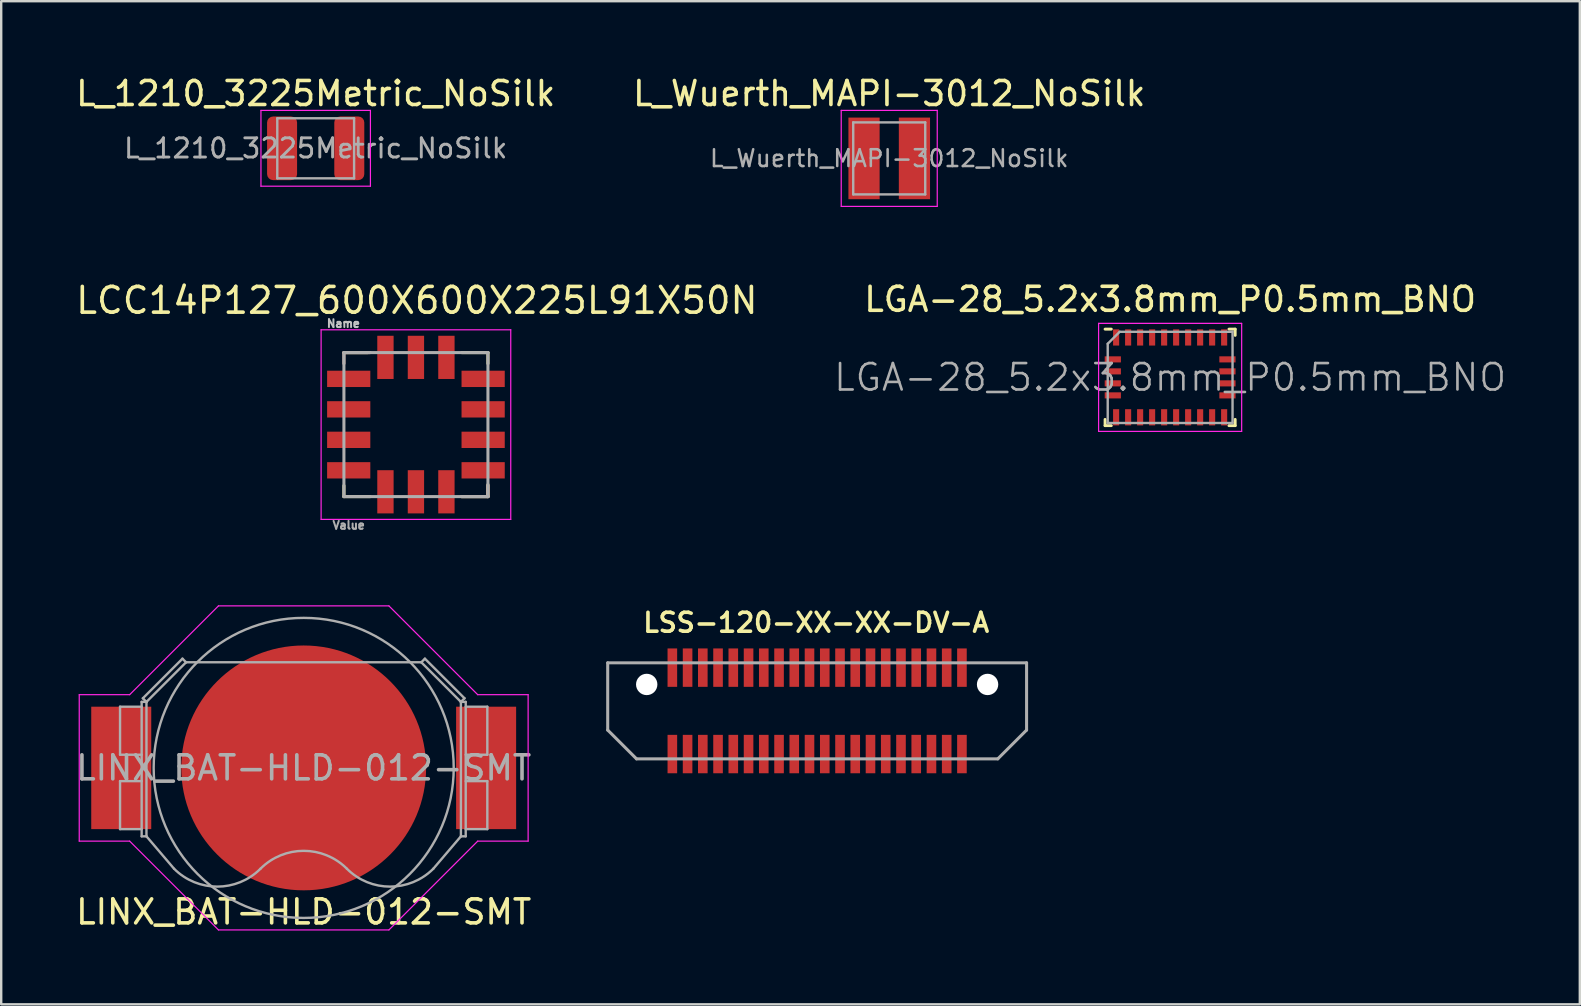
<source format=kicad_pcb>
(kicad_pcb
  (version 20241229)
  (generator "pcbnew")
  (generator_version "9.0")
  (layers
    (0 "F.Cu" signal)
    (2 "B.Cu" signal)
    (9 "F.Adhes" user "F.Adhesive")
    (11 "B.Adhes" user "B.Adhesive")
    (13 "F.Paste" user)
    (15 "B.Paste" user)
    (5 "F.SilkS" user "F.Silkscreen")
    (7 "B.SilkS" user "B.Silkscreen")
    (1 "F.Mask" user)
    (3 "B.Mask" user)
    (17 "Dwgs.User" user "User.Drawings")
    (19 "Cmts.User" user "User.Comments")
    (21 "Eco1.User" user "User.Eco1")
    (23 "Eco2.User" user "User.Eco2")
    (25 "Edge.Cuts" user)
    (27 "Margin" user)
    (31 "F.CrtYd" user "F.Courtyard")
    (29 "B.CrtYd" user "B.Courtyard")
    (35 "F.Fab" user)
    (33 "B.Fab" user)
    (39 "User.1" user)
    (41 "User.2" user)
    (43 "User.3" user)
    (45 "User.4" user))
  (footprint "LGA-28_5.2x3.8mm_P0.5mm_BNO"
    (layer "F.Cu")
    (at 45.696 12.671)
    (property "Reference" "LGA-28_5.2x3.8mm_P0.5mm_BNO" (at 0 -3.25 0) (layer "F.SilkS") (effects (font (size 1 1) (thickness 0.15))))
    (attr smd)
    (fp_line (start -2.71 -2.01) (end -2.45 -2.01) (stroke (width 0.12) (type solid)) (layer "F.SilkS"))
    (fp_line (start -2.71 2.01) (end -2.71 1.75) (stroke (width 0.12) (type solid)) (layer "F.SilkS"))
    (fp_line (start -2.71 2.01) (end -2.45 2.01) (stroke (width 0.12) (type solid)) (layer "F.SilkS"))
    (fp_line (start 2.71 -2.01) (end 2.45 -2.01) (stroke (width 0.12) (type solid)) (layer "F.SilkS"))
    (fp_line (start 2.71 -2.01) (end 2.71 -1.75) (stroke (width 0.12) (type solid)) (layer "F.SilkS"))
    (fp_line (start 2.71 2.01) (end 2.45 2.01) (stroke (width 0.12) (type solid)) (layer "F.SilkS"))
    (fp_line (start 2.71 2.01) (end 2.71 1.75) (stroke (width 0.12) (type solid)) (layer "F.SilkS"))
    (fp_line (start -2.98 -2.25) (end -2.98 2.25) (stroke (width 0.05) (type solid)) (layer "F.CrtYd"))
    (fp_line (start -2.98 2.25) (end 2.98 2.25) (stroke (width 0.05) (type solid)) (layer "F.CrtYd"))
    (fp_line (start 2.98 -2.25) (end -2.98 -2.25) (stroke (width 0.05) (type solid)) (layer "F.CrtYd"))
    (fp_line (start 2.98 2.25) (end 2.98 -2.25) (stroke (width 0.05) (type solid)) (layer "F.CrtYd"))
    (fp_line (start -2.6 -1.4) (end -2.6 1.9) (stroke (width 0.1) (type solid)) (layer "F.Fab"))
    (fp_line (start -2.6 -1.4) (end -2.1 -1.9) (stroke (width 0.1) (type solid)) (layer "F.Fab"))
    (fp_line (start -2.6 1.9) (end 2.6 1.9) (stroke (width 0.1) (type solid)) (layer "F.Fab"))
    (fp_line (start 2.6 -1.9) (end -2.1 -1.9) (stroke (width 0.1) (type solid)) (layer "F.Fab"))
    (fp_line (start 2.6 1.9) (end 2.6 -1.9) (stroke (width 0.1) (type solid)) (layer "F.Fab"))
    (fp_text user "${REFERENCE}" (at 0 0 0) (layer "F.Fab") (effects (font (size 1.1 1.1) (thickness 0.11))))
    (pad "1" smd rect (at -2.25 -1.663) (size 0.254 0.675) (layers "F.Cu" "F.Mask" "F.Paste"))
    (pad "2" smd rect (at -2.388 -0.75 90) (size 0.254 0.675) (layers "F.Cu" "F.Mask" "F.Paste"))
    (pad "3" smd rect (at -2.388 -0.25 90) (size 0.254 0.675) (layers "F.Cu" "F.Mask" "F.Paste"))
    (pad "4" smd rect (at -2.388 0.25 90) (size 0.254 0.675) (layers "F.Cu" "F.Mask" "F.Paste"))
    (pad "5" smd rect (at -2.388 0.75 90) (size 0.254 0.675) (layers "F.Cu" "F.Mask" "F.Paste"))
    (pad "6" smd rect (at -2.25 1.663) (size 0.254 0.675) (layers "F.Cu" "F.Mask" "F.Paste"))
    (pad "7" smd rect (at -1.75 1.663) (size 0.254 0.675) (layers "F.Cu" "F.Mask" "F.Paste"))
    (pad "8" smd rect (at -1.25 1.663) (size 0.254 0.675) (layers "F.Cu" "F.Mask" "F.Paste"))
    (pad "9" smd rect (at -0.75 1.663) (size 0.254 0.675) (layers "F.Cu" "F.Mask" "F.Paste"))
    (pad "10" smd rect (at -0.25 1.663) (size 0.254 0.675) (layers "F.Cu" "F.Mask" "F.Paste"))
    (pad "11" smd rect (at 0.25 1.663) (size 0.254 0.675) (layers "F.Cu" "F.Mask" "F.Paste"))
    (pad "12" smd rect (at 0.75 1.663) (size 0.254 0.675) (layers "F.Cu" "F.Mask" "F.Paste"))
    (pad "13" smd rect (at 1.25 1.663) (size 0.254 0.675) (layers "F.Cu" "F.Mask" "F.Paste"))
    (pad "14" smd rect (at 1.75 1.663) (size 0.254 0.675) (layers "F.Cu" "F.Mask" "F.Paste"))
    (pad "15" smd rect (at 2.25 1.663) (size 0.254 0.675) (layers "F.Cu" "F.Mask" "F.Paste"))
    (pad "16" smd rect (at 2.388 0.75 90) (size 0.254 0.675) (layers "F.Cu" "F.Mask" "F.Paste"))
    (pad "17" smd rect (at 2.388 0.25 90) (size 0.254 0.675) (layers "F.Cu" "F.Mask" "F.Paste"))
    (pad "18" smd rect (at 2.388 -0.25 90) (size 0.254 0.675) (layers "F.Cu" "F.Mask" "F.Paste"))
    (pad "19" smd rect (at 2.388 -0.75 90) (size 0.254 0.675) (layers "F.Cu" "F.Mask" "F.Paste"))
    (pad "20" smd rect (at 2.25 -1.663) (size 0.254 0.675) (layers "F.Cu" "F.Mask" "F.Paste"))
    (pad "21" smd rect (at 1.75 -1.663) (size 0.254 0.675) (layers "F.Cu" "F.Mask" "F.Paste"))
    (pad "22" smd rect (at 1.25 -1.663) (size 0.254 0.675) (layers "F.Cu" "F.Mask" "F.Paste"))
    (pad "23" smd rect (at 0.75 -1.663) (size 0.254 0.675) (layers "F.Cu" "F.Mask" "F.Paste"))
    (pad "24" smd rect (at 0.25 -1.663) (size 0.254 0.675) (layers "F.Cu" "F.Mask" "F.Paste"))
    (pad "25" smd rect (at -0.25 -1.663) (size 0.254 0.675) (layers "F.Cu" "F.Mask" "F.Paste"))
    (pad "26" smd rect (at -0.75 -1.663) (size 0.254 0.675) (layers "F.Cu" "F.Mask" "F.Paste"))
    (pad "27" smd rect (at -1.25 -1.663) (size 0.254 0.675) (layers "F.Cu" "F.Mask" "F.Paste"))
    (pad "28" smd rect (at -1.75 -1.663) (size 0.254 0.675) (layers "F.Cu" "F.Mask" "F.Paste")))
  (footprint "L_Wuerth_MAPI-3012_NoSilk"
    (layer "F.Cu")
    (at 33.994 3.548)
    (property "Reference" "L_Wuerth_MAPI-3012_NoSilk" (at 0 -2.7 0) (layer "F.SilkS") (effects (font (size 1 1) (thickness 0.15))))
    (attr smd)
    (fp_line (start -2 -2) (end -2 2) (stroke (width 0.05) (type solid)) (layer "F.CrtYd"))
    (fp_line (start -2 2) (end 2 2) (stroke (width 0.05) (type solid)) (layer "F.CrtYd"))
    (fp_line (start 2 -2) (end -2 -2) (stroke (width 0.05) (type solid)) (layer "F.CrtYd"))
    (fp_line (start 2 2) (end 2 -2) (stroke (width 0.05) (type solid)) (layer "F.CrtYd"))
    (fp_line (start -1.5 -1.5) (end -1.5 1.5) (stroke (width 0.1) (type solid)) (layer "F.Fab"))
    (fp_line (start -1.5 1.5) (end 1.5 1.5) (stroke (width 0.1) (type solid)) (layer "F.Fab"))
    (fp_line (start 1.5 -1.5) (end -1.5 -1.5) (stroke (width 0.1) (type solid)) (layer "F.Fab"))
    (fp_line (start 1.5 1.5) (end 1.5 -1.5) (stroke (width 0.1) (type solid)) (layer "F.Fab"))
    (fp_text user "${REFERENCE}" (at 0 0 0) (layer "F.Fab") (effects (font (size 0.7 0.7) (thickness 0.105))))
    (pad "1" smd rect (at -1.05 0) (size 1.3 3.4) (layers "F.Cu" "F.Mask" "F.Paste"))
    (pad "2" smd rect (at 1.05 0) (size 1.3 3.4) (layers "F.Cu" "F.Mask" "F.Paste")))
  (footprint "LINX_BAT-HLD-012-SMT"
    (layer "F.Cu")
    (at 9.601 28.94)
    (property "Reference" "LINX_BAT-HLD-012-SMT" (at 0 6 0) (layer "F.SilkS") (effects (font (size 1 1) (thickness 0.15))))
    (attr smd)
    (fp_line (start -9.35 -3.05) (end -7.25 -3.05) (stroke (width 0.05) (type solid)) (layer "F.CrtYd"))
    (fp_line (start -9.35 3.05) (end -9.35 -3.05) (stroke (width 0.05) (type solid)) (layer "F.CrtYd"))
    (fp_line (start -9.35 3.05) (end -7.25 3.05) (stroke (width 0.05) (type solid)) (layer "F.CrtYd"))
    (fp_line (start -7.25 -3.05) (end -3.55 -6.75) (stroke (width 0.05) (type solid)) (layer "F.CrtYd"))
    (fp_line (start -3.55 -6.75) (end 3.55 -6.75) (stroke (width 0.05) (type solid)) (layer "F.CrtYd"))
    (fp_line (start -3.55 6.75) (end -7.25 3.05) (stroke (width 0.05) (type solid)) (layer "F.CrtYd"))
    (fp_line (start -3.55 6.75) (end 3.55 6.75) (stroke (width 0.05) (type solid)) (layer "F.CrtYd"))
    (fp_line (start 3.55 -6.75) (end 7.25 -3.05) (stroke (width 0.05) (type solid)) (layer "F.CrtYd"))
    (fp_line (start 3.55 6.75) (end 7.25 3.05) (stroke (width 0.05) (type solid)) (layer "F.CrtYd"))
    (fp_line (start 7.25 -3.05) (end 9.35 -3.05) (stroke (width 0.05) (type solid)) (layer "F.CrtYd"))
    (fp_line (start 9.35 -3.05) (end 9.35 3.05) (stroke (width 0.05) (type solid)) (layer "F.CrtYd"))
    (fp_line (start 9.35 3.05) (end 7.25 3.05) (stroke (width 0.05) (type solid)) (layer "F.CrtYd"))
    (fp_line (start -7.65 -2.55) (end -7.65 -0.55) (stroke (width 0.1) (type solid)) (layer "F.Fab"))
    (fp_line (start -7.65 -2.55) (end -6.75 -2.55) (stroke (width 0.1) (type solid)) (layer "F.Fab"))
    (fp_line (start -7.65 -0.55) (end -6.75 -0.55) (stroke (width 0.1) (type solid)) (layer "F.Fab"))
    (fp_line (start -7.65 0.55) (end -7.65 2.55) (stroke (width 0.1) (type solid)) (layer "F.Fab"))
    (fp_line (start -7.65 2.55) (end -6.75 2.55) (stroke (width 0.1) (type solid)) (layer "F.Fab"))
    (fp_line (start -6.75 -2.75) (end -6.55 -2.75) (stroke (width 0.1) (type solid)) (layer "F.Fab"))
    (fp_line (start -6.75 0.55) (end -7.65 0.55) (stroke (width 0.1) (type solid)) (layer "F.Fab"))
    (fp_line (start -6.75 2.85) (end -6.75 -2.75) (stroke (width 0.1) (type solid)) (layer "F.Fab"))
    (fp_line (start -6.75 2.85) (end -6.55 2.85) (stroke (width 0.1) (type solid)) (layer "F.Fab"))
    (fp_line (start -6.7 -2.9) (end -5.05 -4.55) (stroke (width 0.1) (type solid)) (layer "F.Fab"))
    (fp_line (start -6.55 -2.75) (end -6.7 -2.9) (stroke (width 0.1) (type solid)) (layer "F.Fab"))
    (fp_line (start -6.55 -2.75) (end -4.9 -4.4) (stroke (width 0.1) (type solid)) (layer "F.Fab"))
    (fp_line (start -6.55 2.85) (end -6.55 -2.75) (stroke (width 0.1) (type solid)) (layer "F.Fab"))
    (fp_line (start -6.55 2.85) (end -5.4 4.2) (stroke (width 0.1) (type solid)) (layer "F.Fab"))
    (fp_line (start -5.05 -4.55) (end -4.9 -4.4) (stroke (width 0.1) (type solid)) (layer "F.Fab"))
    (fp_line (start 4.9 -4.4) (end -4.9 -4.4) (stroke (width 0.1) (type solid)) (layer "F.Fab"))
    (fp_line (start 5.05 -4.55) (end 4.9 -4.4) (stroke (width 0.1) (type solid)) (layer "F.Fab"))
    (fp_line (start 6.55 -2.75) (end 4.9 -4.4) (stroke (width 0.1) (type solid)) (layer "F.Fab"))
    (fp_line (start 6.55 -2.75) (end 6.7 -2.9) (stroke (width 0.1) (type solid)) (layer "F.Fab"))
    (fp_line (start 6.55 -2.75) (end 6.75 -2.75) (stroke (width 0.1) (type solid)) (layer "F.Fab"))
    (fp_line (start 6.55 2.85) (end 5.4 4.2) (stroke (width 0.1) (type solid)) (layer "F.Fab"))
    (fp_line (start 6.55 2.85) (end 6.55 -2.75) (stroke (width 0.1) (type solid)) (layer "F.Fab"))
    (fp_line (start 6.7 -2.9) (end 5.05 -4.55) (stroke (width 0.1) (type solid)) (layer "F.Fab"))
    (fp_line (start 6.75 -0.55) (end 7.65 -0.55) (stroke (width 0.1) (type solid)) (layer "F.Fab"))
    (fp_line (start 6.75 2.55) (end 7.65 2.55) (stroke (width 0.1) (type solid)) (layer "F.Fab"))
    (fp_line (start 6.75 2.85) (end 6.55 2.85) (stroke (width 0.1) (type solid)) (layer "F.Fab"))
    (fp_line (start 6.75 2.85) (end 6.75 -2.75) (stroke (width 0.1) (type solid)) (layer "F.Fab"))
    (fp_line (start 7.65 -2.55) (end 6.75 -2.55) (stroke (width 0.1) (type solid)) (layer "F.Fab"))
    (fp_line (start 7.65 -0.55) (end 7.65 -2.55) (stroke (width 0.1) (type solid)) (layer "F.Fab"))
    (fp_line (start 7.65 0.55) (end 6.75 0.55) (stroke (width 0.1) (type solid)) (layer "F.Fab"))
    (fp_line (start 7.65 2.55) (end 7.65 0.55) (stroke (width 0.1) (type solid)) (layer "F.Fab"))
    (fp_arc (start -1.8 4.2) (mid -3.6 4.945584) (end -5.4 4.2) (stroke (width 0.1) (type solid)) (layer "F.Fab"))
    (fp_arc (start -1.8 4.2) (mid 0 3.454416) (end 1.8 4.2) (stroke (width 0.1) (type solid)) (layer "F.Fab"))
    (fp_arc (start 5.4 4.2) (mid 3.6 4.945584) (end 1.8 4.2) (stroke (width 0.1) (type solid)) (layer "F.Fab"))
    (fp_circle (center 0 0) (end -6.25 0) (stroke (width 0.1) (type solid)) (fill no) (layer "F.Fab"))
    (fp_text user "${REFERENCE}" (at 0 0 0) (layer "F.Fab") (effects (font (size 1 1) (thickness 0.15))))
    (pad "+" smd rect (at -7.6 0) (size 2.5 5.1) (layers "F.Cu" "F.Mask" "F.Paste"))
    (pad "+" smd rect (at 7.6 0) (size 2.5 5.1) (layers "F.Cu" "F.Mask" "F.Paste"))
    (pad "-" smd circle (at 0 0) (size 10.2 10.2) (layers "F.Cu" "F.Mask")))
  (footprint "LCC14P127_600X600X225L91X50N"
    (layer "F.Cu")
    (at 14.277 14.638)
    (property "Reference" "LCC14P127_600X600X225L91X50N" (at 0.038 -5.173 0) (layer "F.SilkS") (effects (font (size 1.074 1.074) (thickness 0.15))))
    (attr through_hole)
    (fp_line (start -3 -3) (end -2 -3) (stroke (width 0.127) (type solid)) (layer "F.SilkS"))
    (fp_line (start -3 3) (end -3 2.54) (stroke (width 0.127) (type solid)) (layer "F.SilkS"))
    (fp_line (start -3 3) (end -1.905 3) (stroke (width 0.127) (type solid)) (layer "F.SilkS"))
    (fp_line (start 3 -3) (end 1.905 -3) (stroke (width 0.127) (type solid)) (layer "F.SilkS"))
    (fp_line (start 3 -3) (end 3 -2.54) (stroke (width 0.127) (type solid)) (layer "F.SilkS"))
    (fp_line (start 3 2.5) (end 3 3) (stroke (width 0.127) (type solid)) (layer "F.SilkS"))
    (fp_line (start 3 3) (end 1.9 3) (stroke (width 0.127) (type solid)) (layer "F.SilkS"))
    (fp_line (start -3 -3) (end -3 -2.54) (stroke (width 0.127) (type solid)) (layer "B.SilkS"))
    (fp_line (start -3 -3) (end -1.905 -3) (stroke (width 0.127) (type solid)) (layer "B.SilkS"))
    (fp_line (start 3 3) (end 1.905 3) (stroke (width 0.127) (type solid)) (layer "B.SilkS"))
    (fp_line (start 3 3) (end 3 2.54) (stroke (width 0.127) (type solid)) (layer "B.SilkS"))
    (fp_line (start -3.95 -3.95) (end 3.95 -3.95) (stroke (width 0.05) (type solid)) (layer "F.CrtYd"))
    (fp_line (start -3.95 3.95) (end -3.95 -3.95) (stroke (width 0.05) (type solid)) (layer "F.CrtYd"))
    (fp_line (start 3.95 -3.95) (end 3.95 3.95) (stroke (width 0.05) (type solid)) (layer "F.CrtYd"))
    (fp_line (start 3.95 3.95) (end -3.95 3.95) (stroke (width 0.05) (type solid)) (layer "F.CrtYd"))
    (fp_line (start -3 -3) (end 3 -3) (stroke (width 0.127) (type solid)) (layer "F.Fab"))
    (fp_line (start -3 3) (end -3 -3) (stroke (width 0.127) (type solid)) (layer "F.Fab"))
    (fp_line (start 3 -3) (end 3 3) (stroke (width 0.127) (type solid)) (layer "F.Fab"))
    (fp_line (start 3 3) (end -3 3) (stroke (width 0.127) (type solid)) (layer "F.Fab"))
    (fp_text user "Name" (at -3.022 -4.21 0) (layer "Dwgs.User") (effects (font (size 0.328 0.328) (thickness 0.15))))
    (fp_text user "Value" (at -2.801 4.192 0) (layer "F.Fab") (effects (font (size 0.327 0.327) (thickness 0.15))))
    (pad "1" smd rect (at -2.8 -1.905) (size 1.8 0.68) (layers "F.Cu" "F.Mask" "F.Paste"))
    (pad "2" smd rect (at -2.8 -0.635) (size 1.8 0.68) (layers "F.Cu" "F.Mask" "F.Paste"))
    (pad "3" smd rect (at -2.8 0.635) (size 1.8 0.68) (layers "F.Cu" "F.Mask" "F.Paste"))
    (pad "4" smd rect (at -2.8 1.905) (size 1.8 0.68) (layers "F.Cu" "F.Mask" "F.Paste"))
    (pad "5" smd rect (at -1.27 2.8) (size 0.68 1.8) (layers "F.Cu" "F.Mask" "F.Paste"))
    (pad "6" smd rect (at 0 2.8) (size 0.68 1.8) (layers "F.Cu" "F.Mask" "F.Paste"))
    (pad "7" smd rect (at 1.27 2.8) (size 0.68 1.8) (layers "F.Cu" "F.Mask" "F.Paste"))
    (pad "8" smd rect (at 2.8 1.905) (size 1.8 0.68) (layers "F.Cu" "F.Mask" "F.Paste"))
    (pad "9" smd rect (at 2.8 0.635) (size 1.8 0.68) (layers "F.Cu" "F.Mask" "F.Paste"))
    (pad "10" smd rect (at 2.8 -0.635) (size 1.8 0.68) (layers "F.Cu" "F.Mask" "F.Paste"))
    (pad "11" smd rect (at 2.8 -1.905) (size 1.8 0.68) (layers "F.Cu" "F.Mask" "F.Paste"))
    (pad "12" smd rect (at 1.27 -2.8) (size 0.68 1.8) (layers "F.Cu" "F.Mask" "F.Paste"))
    (pad "13" smd rect (at 0 -2.8) (size 0.68 1.8) (layers "F.Cu" "F.Mask" "F.Paste"))
    (pad "14" smd rect (at -1.27 -2.8) (size 0.68 1.8) (layers "F.Cu" "F.Mask" "F.Paste")))
  (footprint "LSS-120-XX-XX-DV-A"
    (layer "F.Cu")
    (at 30.991 26.563)
    (property "Reference" "LSS-120-XX-XX-DV-A" (at -0.04 -3.675 0) (layer "F.SilkS") (effects (font (size 0.787 0.787) (thickness 0.15))))
    (attr through_hole)
    (fp_line (start -8.725 -2) (end 8.725 -2) (stroke (width 0.127) (type solid)) (layer "F.Fab"))
    (fp_line (start -8.725 0.8) (end -8.725 -2) (stroke (width 0.127) (type solid)) (layer "F.Fab"))
    (fp_line (start -7.525 2) (end -8.725 0.8) (stroke (width 0.127) (type solid)) (layer "F.Fab"))
    (fp_line (start 7.525 2) (end -7.525 2) (stroke (width 0.127) (type solid)) (layer "F.Fab"))
    (fp_line (start 8.725 -2) (end 8.725 0.8) (stroke (width 0.127) (type solid)) (layer "F.Fab"))
    (fp_line (start 8.725 0.8) (end 7.525 2) (stroke (width 0.127) (type solid)) (layer "F.Fab"))
    (pad "" np_thru_hole circle (at -7.1 -1.1) (size 0.89 0.89) (drill 0.89) (layers "*.Cu" "*.Mask"))
    (pad "" np_thru_hole circle (at 7.1 -1.1) (size 0.89 0.89) (drill 0.89) (layers "*.Cu" "*.Mask"))
    (pad "1" smd rect (at 6.032 1.8) (size 0.4 1.6) (layers "F.Cu" "F.Mask" "F.Paste"))
    (pad "2" smd rect (at 6.032 -1.8) (size 0.4 1.6) (layers "F.Cu" "F.Mask" "F.Paste"))
    (pad "3" smd rect (at 5.397 1.8) (size 0.4 1.6) (layers "F.Cu" "F.Mask" "F.Paste"))
    (pad "4" smd rect (at 5.397 -1.8) (size 0.4 1.6) (layers "F.Cu" "F.Mask" "F.Paste"))
    (pad "5" smd rect (at 4.763 1.8) (size 0.4 1.6) (layers "F.Cu" "F.Mask" "F.Paste"))
    (pad "6" smd rect (at 4.763 -1.8) (size 0.4 1.6) (layers "F.Cu" "F.Mask" "F.Paste"))
    (pad "7" smd rect (at 4.128 1.8) (size 0.4 1.6) (layers "F.Cu" "F.Mask" "F.Paste"))
    (pad "8" smd rect (at 4.128 -1.8) (size 0.4 1.6) (layers "F.Cu" "F.Mask" "F.Paste"))
    (pad "9" smd rect (at 3.493 1.8) (size 0.4 1.6) (layers "F.Cu" "F.Mask" "F.Paste"))
    (pad "10" smd rect (at 3.493 -1.8) (size 0.4 1.6) (layers "F.Cu" "F.Mask" "F.Paste"))
    (pad "11" smd rect (at 2.857 1.8) (size 0.4 1.6) (layers "F.Cu" "F.Mask" "F.Paste"))
    (pad "12" smd rect (at 2.857 -1.8) (size 0.4 1.6) (layers "F.Cu" "F.Mask" "F.Paste"))
    (pad "13" smd rect (at 2.223 1.8) (size 0.4 1.6) (layers "F.Cu" "F.Mask" "F.Paste"))
    (pad "14" smd rect (at 2.223 -1.8) (size 0.4 1.6) (layers "F.Cu" "F.Mask" "F.Paste"))
    (pad "15" smd rect (at 1.587 1.8) (size 0.4 1.6) (layers "F.Cu" "F.Mask" "F.Paste"))
    (pad "16" smd rect (at 1.587 -1.8) (size 0.4 1.6) (layers "F.Cu" "F.Mask" "F.Paste"))
    (pad "17" smd rect (at 0.953 1.8) (size 0.4 1.6) (layers "F.Cu" "F.Mask" "F.Paste"))
    (pad "18" smd rect (at 0.953 -1.8) (size 0.4 1.6) (layers "F.Cu" "F.Mask" "F.Paste"))
    (pad "19" smd rect (at 0.318 1.8) (size 0.4 1.6) (layers "F.Cu" "F.Mask" "F.Paste"))
    (pad "20" smd rect (at 0.318 -1.8) (size 0.4 1.6) (layers "F.Cu" "F.Mask" "F.Paste"))
    (pad "21" smd rect (at -0.318 1.8) (size 0.4 1.6) (layers "F.Cu" "F.Mask" "F.Paste"))
    (pad "22" smd rect (at -0.318 -1.8) (size 0.4 1.6) (layers "F.Cu" "F.Mask" "F.Paste"))
    (pad "23" smd rect (at -0.953 1.8) (size 0.4 1.6) (layers "F.Cu" "F.Mask" "F.Paste"))
    (pad "24" smd rect (at -0.953 -1.8) (size 0.4 1.6) (layers "F.Cu" "F.Mask" "F.Paste"))
    (pad "25" smd rect (at -1.587 1.8) (size 0.4 1.6) (layers "F.Cu" "F.Mask" "F.Paste"))
    (pad "26" smd rect (at -1.587 -1.8) (size 0.4 1.6) (layers "F.Cu" "F.Mask" "F.Paste"))
    (pad "27" smd rect (at -2.223 1.8) (size 0.4 1.6) (layers "F.Cu" "F.Mask" "F.Paste"))
    (pad "28" smd rect (at -2.223 -1.8) (size 0.4 1.6) (layers "F.Cu" "F.Mask" "F.Paste"))
    (pad "29" smd rect (at -2.857 1.8) (size 0.4 1.6) (layers "F.Cu" "F.Mask" "F.Paste"))
    (pad "30" smd rect (at -2.857 -1.8) (size 0.4 1.6) (layers "F.Cu" "F.Mask" "F.Paste"))
    (pad "31" smd rect (at -3.493 1.8) (size 0.4 1.6) (layers "F.Cu" "F.Mask" "F.Paste"))
    (pad "32" smd rect (at -3.493 -1.8) (size 0.4 1.6) (layers "F.Cu" "F.Mask" "F.Paste"))
    (pad "33" smd rect (at -4.128 1.8) (size 0.4 1.6) (layers "F.Cu" "F.Mask" "F.Paste"))
    (pad "34" smd rect (at -4.128 -1.8) (size 0.4 1.6) (layers "F.Cu" "F.Mask" "F.Paste"))
    (pad "35" smd rect (at -4.763 1.8) (size 0.4 1.6) (layers "F.Cu" "F.Mask" "F.Paste"))
    (pad "36" smd rect (at -4.763 -1.8) (size 0.4 1.6) (layers "F.Cu" "F.Mask" "F.Paste"))
    (pad "37" smd rect (at -5.397 1.8) (size 0.4 1.6) (layers "F.Cu" "F.Mask" "F.Paste"))
    (pad "38" smd rect (at -5.397 -1.8) (size 0.4 1.6) (layers "F.Cu" "F.Mask" "F.Paste"))
    (pad "39" smd rect (at -6.032 1.8) (size 0.4 1.6) (layers "F.Cu" "F.Mask" "F.Paste"))
    (pad "40" smd rect (at -6.032 -1.8) (size 0.4 1.6) (layers "F.Cu" "F.Mask" "F.Paste")))
  (footprint "L_1210_3225Metric_NoSilk"
    (layer "F.Cu")
    (at 10.101 3.128)
    (property "Reference" "L_1210_3225Metric_NoSilk" (at 0 -2.28 180) (layer "F.SilkS") (effects (font (size 1 1) (thickness 0.15))))
    (attr smd)
    (fp_line (start -2.28 -1.58) (end 2.28 -1.58) (stroke (width 0.05) (type solid)) (layer "F.CrtYd"))
    (fp_line (start -2.28 1.58) (end -2.28 -1.58) (stroke (width 0.05) (type solid)) (layer "F.CrtYd"))
    (fp_line (start 2.28 -1.58) (end 2.28 1.58) (stroke (width 0.05) (type solid)) (layer "F.CrtYd"))
    (fp_line (start 2.28 1.58) (end -2.28 1.58) (stroke (width 0.05) (type solid)) (layer "F.CrtYd"))
    (fp_line (start -1.6 -1.25) (end 1.6 -1.25) (stroke (width 0.1) (type solid)) (layer "F.Fab"))
    (fp_line (start -1.6 1.25) (end -1.6 -1.25) (stroke (width 0.1) (type solid)) (layer "F.Fab"))
    (fp_line (start 1.6 -1.25) (end 1.6 1.25) (stroke (width 0.1) (type solid)) (layer "F.Fab"))
    (fp_line (start 1.6 1.25) (end -1.6 1.25) (stroke (width 0.1) (type solid)) (layer "F.Fab"))
    (fp_text user "${REFERENCE}" (at 0 0 180) (layer "F.Fab") (effects (font (size 0.8 0.8) (thickness 0.12))))
    (pad "1" smd roundrect (at -1.4 0) (size 1.25 2.65) (layers "F.Cu" "F.Mask" "F.Paste") (roundrect_rratio 0.2))
    (pad "2" smd roundrect (at 1.4 0) (size 1.25 2.65) (layers "F.Cu" "F.Mask" "F.Paste") (roundrect_rratio 0.2)))
  (gr_rect
    (start -3 -3)
    (end 62.763 38.788)
    (stroke (width 0.1) (type default))
    (fill no)
    (layer "Edge.Cuts")))
</source>
